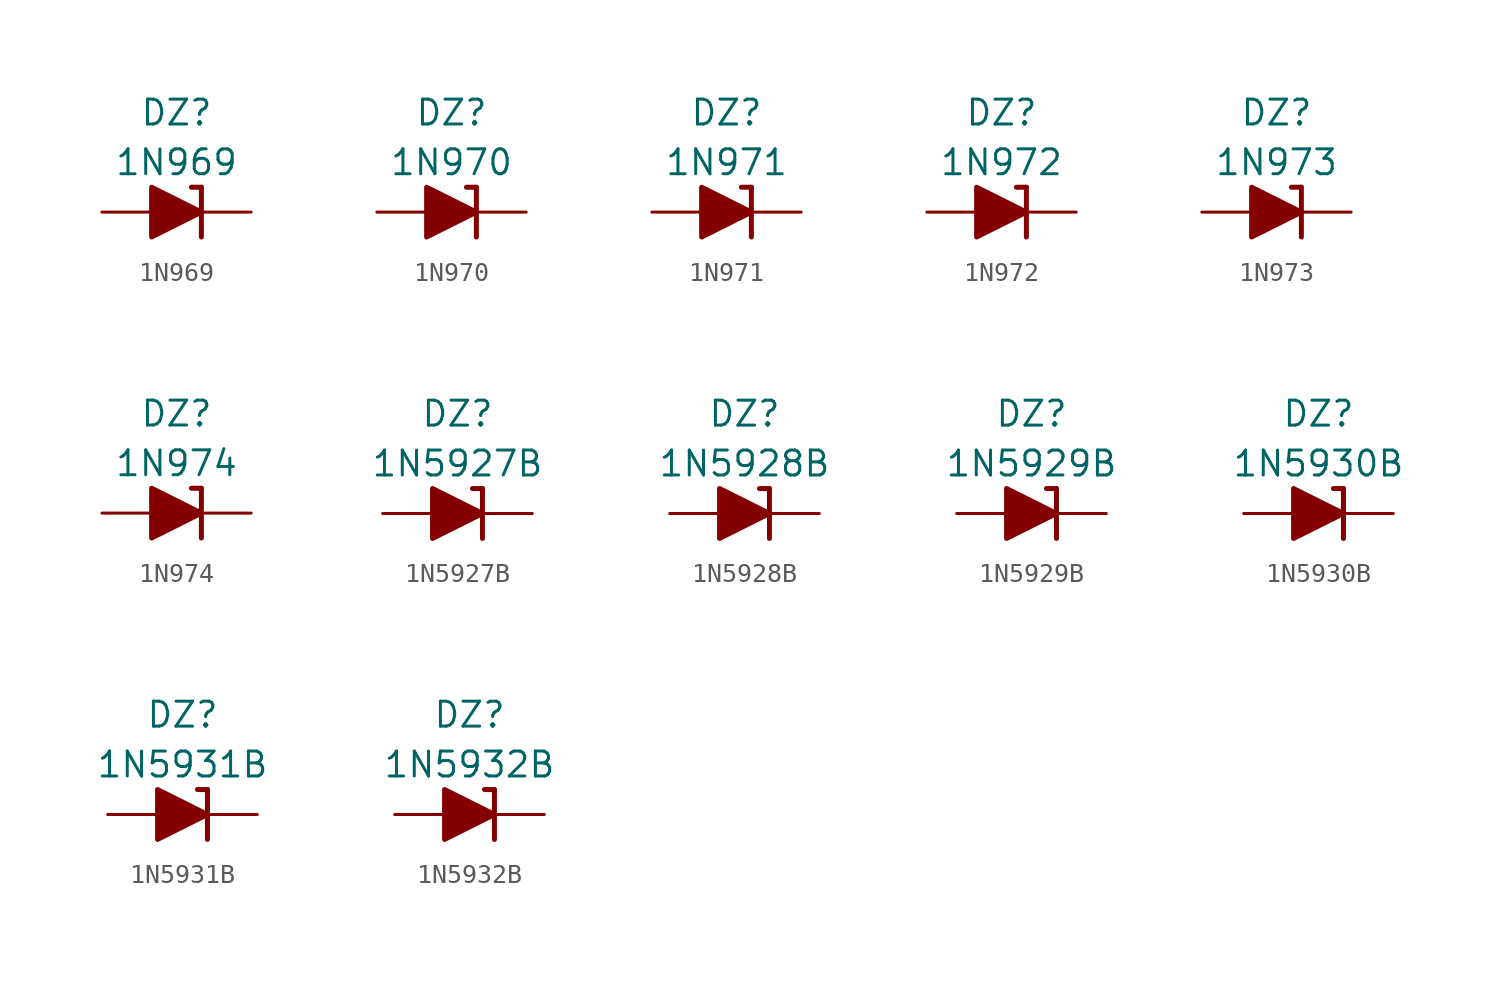
<source format=kicad_sym>
(kicad_symbol_lib
  (version 20201005)
  (generator kicad_symbol_editor)
  (symbol "Diode_Zener_AKL:1N969"
    (pin_numbers hide)
    (pin_names
      (offset 1.016) hide)
    (property "Reference" "DZ"
      (at 0 5.08 0)
      (effects (font (size 1.27 1.27))))
    (property "Value" "1N969"
      (at 0 2.54 0)
      (effects (font (size 1.27 1.27))))
    (symbol "1N969_0_1"
      (polyline (pts (xy -1.27 0) (xy 1.27 0)) (stroke (width 0)) (fill (type none)))
      (polyline (pts (xy 1.27 1.27) (xy 0.762 1.27)) (stroke (width 0.254)) (fill (type none)))
      (polyline (pts (xy 1.27 1.27) (xy 1.27 -1.27)) (stroke (width 0.254)) (fill (type none)))
      (polyline (pts (xy -1.27 -1.27) (xy -1.27 1.27) (xy 1.27 0) (xy -1.27 -1.27)) (stroke (width 0.254)) (fill (type outline))))
    (symbol "1N969_1_1"
      (pin passive line (at 3.81 0 180) (length 2.54) (name "K" (effects (font (size 1.27 1.27)))) (number "1" (effects (font (size 1.27 1.27)))))
      (pin passive line (at -3.81 0 0) (length 2.54) (name "A" (effects (font (size 1.27 1.27)))) (number "2" (effects (font (size 1.27 1.27)))))))
  (symbol "Diode_Zener_AKL:1N970"
    (pin_numbers hide)
    (pin_names
      (offset 1.016) hide)
    (property "Reference" "DZ"
      (at 0 5.08 0)
      (effects (font (size 1.27 1.27))))
    (property "Value" "1N970"
      (at 0 2.54 0)
      (effects (font (size 1.27 1.27))))
    (symbol "1N970_0_1"
      (polyline (pts (xy -1.27 0) (xy 1.27 0)) (stroke (width 0)) (fill (type none)))
      (polyline (pts (xy 1.27 1.27) (xy 0.762 1.27)) (stroke (width 0.254)) (fill (type none)))
      (polyline (pts (xy 1.27 1.27) (xy 1.27 -1.27)) (stroke (width 0.254)) (fill (type none)))
      (polyline (pts (xy -1.27 -1.27) (xy -1.27 1.27) (xy 1.27 0) (xy -1.27 -1.27)) (stroke (width 0.254)) (fill (type outline))))
    (symbol "1N970_1_1"
      (pin passive line (at 3.81 0 180) (length 2.54) (name "K" (effects (font (size 1.27 1.27)))) (number "1" (effects (font (size 1.27 1.27)))))
      (pin passive line (at -3.81 0 0) (length 2.54) (name "A" (effects (font (size 1.27 1.27)))) (number "2" (effects (font (size 1.27 1.27)))))))
  (symbol "Diode_Zener_AKL:1N971"
    (pin_numbers hide)
    (pin_names
      (offset 1.016) hide)
    (property "Reference" "DZ"
      (at 0 5.08 0)
      (effects (font (size 1.27 1.27))))
    (property "Value" "1N971"
      (at 0 2.54 0)
      (effects (font (size 1.27 1.27))))
    (symbol "1N971_0_1"
      (polyline (pts (xy -1.27 0) (xy 1.27 0)) (stroke (width 0)) (fill (type none)))
      (polyline (pts (xy 1.27 1.27) (xy 0.762 1.27)) (stroke (width 0.254)) (fill (type none)))
      (polyline (pts (xy 1.27 1.27) (xy 1.27 -1.27)) (stroke (width 0.254)) (fill (type none)))
      (polyline (pts (xy -1.27 -1.27) (xy -1.27 1.27) (xy 1.27 0) (xy -1.27 -1.27)) (stroke (width 0.254)) (fill (type outline))))
    (symbol "1N971_1_1"
      (pin passive line (at 3.81 0 180) (length 2.54) (name "K" (effects (font (size 1.27 1.27)))) (number "1" (effects (font (size 1.27 1.27)))))
      (pin passive line (at -3.81 0 0) (length 2.54) (name "A" (effects (font (size 1.27 1.27)))) (number "2" (effects (font (size 1.27 1.27)))))))
  (symbol "Diode_Zener_AKL:1N972"
    (pin_numbers hide)
    (pin_names
      (offset 1.016) hide)
    (property "Reference" "DZ"
      (at 0 5.08 0)
      (effects (font (size 1.27 1.27))))
    (property "Value" "1N972"
      (at 0 2.54 0)
      (effects (font (size 1.27 1.27))))
    (symbol "1N972_0_1"
      (polyline (pts (xy -1.27 0) (xy 1.27 0)) (stroke (width 0)) (fill (type none)))
      (polyline (pts (xy 1.27 1.27) (xy 0.762 1.27)) (stroke (width 0.254)) (fill (type none)))
      (polyline (pts (xy 1.27 1.27) (xy 1.27 -1.27)) (stroke (width 0.254)) (fill (type none)))
      (polyline (pts (xy -1.27 -1.27) (xy -1.27 1.27) (xy 1.27 0) (xy -1.27 -1.27)) (stroke (width 0.254)) (fill (type outline))))
    (symbol "1N972_1_1"
      (pin passive line (at 3.81 0 180) (length 2.54) (name "K" (effects (font (size 1.27 1.27)))) (number "1" (effects (font (size 1.27 1.27)))))
      (pin passive line (at -3.81 0 0) (length 2.54) (name "A" (effects (font (size 1.27 1.27)))) (number "2" (effects (font (size 1.27 1.27)))))))
  (symbol "Diode_Zener_AKL:1N973"
    (pin_numbers hide)
    (pin_names
      (offset 1.016) hide)
    (property "Reference" "DZ"
      (at 0 5.08 0)
      (effects (font (size 1.27 1.27))))
    (property "Value" "1N973"
      (at 0 2.54 0)
      (effects (font (size 1.27 1.27))))
    (symbol "1N973_0_1"
      (polyline (pts (xy -1.27 0) (xy 1.27 0)) (stroke (width 0)) (fill (type none)))
      (polyline (pts (xy 1.27 1.27) (xy 0.762 1.27)) (stroke (width 0.254)) (fill (type none)))
      (polyline (pts (xy 1.27 1.27) (xy 1.27 -1.27)) (stroke (width 0.254)) (fill (type none)))
      (polyline (pts (xy -1.27 -1.27) (xy -1.27 1.27) (xy 1.27 0) (xy -1.27 -1.27)) (stroke (width 0.254)) (fill (type outline))))
    (symbol "1N973_1_1"
      (pin passive line (at 3.81 0 180) (length 2.54) (name "K" (effects (font (size 1.27 1.27)))) (number "1" (effects (font (size 1.27 1.27)))))
      (pin passive line (at -3.81 0 0) (length 2.54) (name "A" (effects (font (size 1.27 1.27)))) (number "2" (effects (font (size 1.27 1.27)))))))
  (symbol "Diode_Zener_AKL:1N974"
    (pin_numbers hide)
    (pin_names
      (offset 1.016) hide)
    (property "Reference" "DZ"
      (at 0 5.08 0)
      (effects (font (size 1.27 1.27))))
    (property "Value" "1N974"
      (at 0 2.54 0)
      (effects (font (size 1.27 1.27))))
    (symbol "1N974_0_1"
      (polyline (pts (xy -1.27 0) (xy 1.27 0)) (stroke (width 0)) (fill (type none)))
      (polyline (pts (xy 1.27 1.27) (xy 0.762 1.27)) (stroke (width 0.254)) (fill (type none)))
      (polyline (pts (xy 1.27 1.27) (xy 1.27 -1.27)) (stroke (width 0.254)) (fill (type none)))
      (polyline (pts (xy -1.27 -1.27) (xy -1.27 1.27) (xy 1.27 0) (xy -1.27 -1.27)) (stroke (width 0.254)) (fill (type outline))))
    (symbol "1N974_1_1"
      (pin passive line (at 3.81 0 180) (length 2.54) (name "K" (effects (font (size 1.27 1.27)))) (number "1" (effects (font (size 1.27 1.27)))))
      (pin passive line (at -3.81 0 0) (length 2.54) (name "A" (effects (font (size 1.27 1.27)))) (number "2" (effects (font (size 1.27 1.27)))))))
  (symbol "Diode_Zener_AKL:1N5927B"
    (pin_numbers hide)
    (pin_names
      (offset 1.016) hide)
    (property "Reference" "DZ"
      (at 0 5.08 0)
      (effects (font (size 1.27 1.27))))
    (property "Value" "1N5927B"
      (at 0 2.54 0)
      (effects (font (size 1.27 1.27))))
    (symbol "1N5927B_0_1"
      (polyline (pts (xy -1.27 0) (xy 1.27 0)) (stroke (width 0)) (fill (type none)))
      (polyline (pts (xy 1.27 1.27) (xy 0.762 1.27)) (stroke (width 0.254)) (fill (type none)))
      (polyline (pts (xy 1.27 1.27) (xy 1.27 -1.27)) (stroke (width 0.254)) (fill (type none)))
      (polyline (pts (xy -1.27 -1.27) (xy -1.27 1.27) (xy 1.27 0) (xy -1.27 -1.27)) (stroke (width 0.254)) (fill (type outline))))
    (symbol "1N5927B_1_1"
      (pin passive line (at 3.81 0 180) (length 2.54) (name "K" (effects (font (size 1.27 1.27)))) (number "1" (effects (font (size 1.27 1.27)))))
      (pin passive line (at -3.81 0 0) (length 2.54) (name "A" (effects (font (size 1.27 1.27)))) (number "2" (effects (font (size 1.27 1.27)))))))
  (symbol "Diode_Zener_AKL:1N5928B"
    (pin_numbers hide)
    (pin_names
      (offset 1.016) hide)
    (property "Reference" "DZ"
      (at 0 5.08 0)
      (effects (font (size 1.27 1.27))))
    (property "Value" "1N5928B"
      (at 0 2.54 0)
      (effects (font (size 1.27 1.27))))
    (symbol "1N5928B_0_1"
      (polyline (pts (xy -1.27 0) (xy 1.27 0)) (stroke (width 0)) (fill (type none)))
      (polyline (pts (xy 1.27 1.27) (xy 0.762 1.27)) (stroke (width 0.254)) (fill (type none)))
      (polyline (pts (xy 1.27 1.27) (xy 1.27 -1.27)) (stroke (width 0.254)) (fill (type none)))
      (polyline (pts (xy -1.27 -1.27) (xy -1.27 1.27) (xy 1.27 0) (xy -1.27 -1.27)) (stroke (width 0.254)) (fill (type outline))))
    (symbol "1N5928B_1_1"
      (pin passive line (at 3.81 0 180) (length 2.54) (name "K" (effects (font (size 1.27 1.27)))) (number "1" (effects (font (size 1.27 1.27)))))
      (pin passive line (at -3.81 0 0) (length 2.54) (name "A" (effects (font (size 1.27 1.27)))) (number "2" (effects (font (size 1.27 1.27)))))))
  (symbol "Diode_Zener_AKL:1N5929B"
    (pin_numbers hide)
    (pin_names
      (offset 1.016) hide)
    (property "Reference" "DZ"
      (at 0 5.08 0)
      (effects (font (size 1.27 1.27))))
    (property "Value" "1N5929B"
      (at 0 2.54 0)
      (effects (font (size 1.27 1.27))))
    (symbol "1N5929B_0_1"
      (polyline (pts (xy -1.27 0) (xy 1.27 0)) (stroke (width 0)) (fill (type none)))
      (polyline (pts (xy 1.27 1.27) (xy 0.762 1.27)) (stroke (width 0.254)) (fill (type none)))
      (polyline (pts (xy 1.27 1.27) (xy 1.27 -1.27)) (stroke (width 0.254)) (fill (type none)))
      (polyline (pts (xy -1.27 -1.27) (xy -1.27 1.27) (xy 1.27 0) (xy -1.27 -1.27)) (stroke (width 0.254)) (fill (type outline))))
    (symbol "1N5929B_1_1"
      (pin passive line (at 3.81 0 180) (length 2.54) (name "K" (effects (font (size 1.27 1.27)))) (number "1" (effects (font (size 1.27 1.27)))))
      (pin passive line (at -3.81 0 0) (length 2.54) (name "A" (effects (font (size 1.27 1.27)))) (number "2" (effects (font (size 1.27 1.27)))))))
  (symbol "Diode_Zener_AKL:1N5930B"
    (pin_numbers hide)
    (pin_names
      (offset 1.016) hide)
    (property "Reference" "DZ"
      (at 0 5.08 0)
      (effects (font (size 1.27 1.27))))
    (property "Value" "1N5930B"
      (at 0 2.54 0)
      (effects (font (size 1.27 1.27))))
    (symbol "1N5930B_0_1"
      (polyline (pts (xy -1.27 0) (xy 1.27 0)) (stroke (width 0)) (fill (type none)))
      (polyline (pts (xy 1.27 1.27) (xy 0.762 1.27)) (stroke (width 0.254)) (fill (type none)))
      (polyline (pts (xy 1.27 1.27) (xy 1.27 -1.27)) (stroke (width 0.254)) (fill (type none)))
      (polyline (pts (xy -1.27 -1.27) (xy -1.27 1.27) (xy 1.27 0) (xy -1.27 -1.27)) (stroke (width 0.254)) (fill (type outline))))
    (symbol "1N5930B_1_1"
      (pin passive line (at 3.81 0 180) (length 2.54) (name "K" (effects (font (size 1.27 1.27)))) (number "1" (effects (font (size 1.27 1.27)))))
      (pin passive line (at -3.81 0 0) (length 2.54) (name "A" (effects (font (size 1.27 1.27)))) (number "2" (effects (font (size 1.27 1.27)))))))
  (symbol "Diode_Zener_AKL:1N5931B"
    (pin_numbers hide)
    (pin_names
      (offset 1.016) hide)
    (property "Reference" "DZ"
      (at 0 5.08 0)
      (effects (font (size 1.27 1.27))))
    (property "Value" "1N5931B"
      (at 0 2.54 0)
      (effects (font (size 1.27 1.27))))
    (symbol "1N5931B_0_1"
      (polyline (pts (xy -1.27 0) (xy 1.27 0)) (stroke (width 0)) (fill (type none)))
      (polyline (pts (xy 1.27 1.27) (xy 0.762 1.27)) (stroke (width 0.254)) (fill (type none)))
      (polyline (pts (xy 1.27 1.27) (xy 1.27 -1.27)) (stroke (width 0.254)) (fill (type none)))
      (polyline (pts (xy -1.27 -1.27) (xy -1.27 1.27) (xy 1.27 0) (xy -1.27 -1.27)) (stroke (width 0.254)) (fill (type outline))))
    (symbol "1N5931B_1_1"
      (pin passive line (at 3.81 0 180) (length 2.54) (name "K" (effects (font (size 1.27 1.27)))) (number "1" (effects (font (size 1.27 1.27)))))
      (pin passive line (at -3.81 0 0) (length 2.54) (name "A" (effects (font (size 1.27 1.27)))) (number "2" (effects (font (size 1.27 1.27)))))))
  (symbol "Diode_Zener_AKL:1N5932B"
    (pin_numbers hide)
    (pin_names
      (offset 1.016) hide)
    (property "Reference" "DZ"
      (at 0 5.08 0)
      (effects (font (size 1.27 1.27))))
    (property "Value" "1N5932B"
      (at 0 2.54 0)
      (effects (font (size 1.27 1.27))))
    (symbol "1N5932B_0_1"
      (polyline (pts (xy -1.27 0) (xy 1.27 0)) (stroke (width 0)) (fill (type none)))
      (polyline (pts (xy 1.27 1.27) (xy 0.762 1.27)) (stroke (width 0.254)) (fill (type none)))
      (polyline (pts (xy 1.27 1.27) (xy 1.27 -1.27)) (stroke (width 0.254)) (fill (type none)))
      (polyline (pts (xy -1.27 -1.27) (xy -1.27 1.27) (xy 1.27 0) (xy -1.27 -1.27)) (stroke (width 0.254)) (fill (type outline))))
    (symbol "1N5932B_1_1"
      (pin passive line (at 3.81 0 180) (length 2.54) (name "K" (effects (font (size 1.27 1.27)))) (number "1" (effects (font (size 1.27 1.27)))))
      (pin passive line (at -3.81 0 0) (length 2.54) (name "A" (effects (font (size 1.27 1.27)))) (number "2" (effects (font (size 1.27 1.27))))))))
</source>
